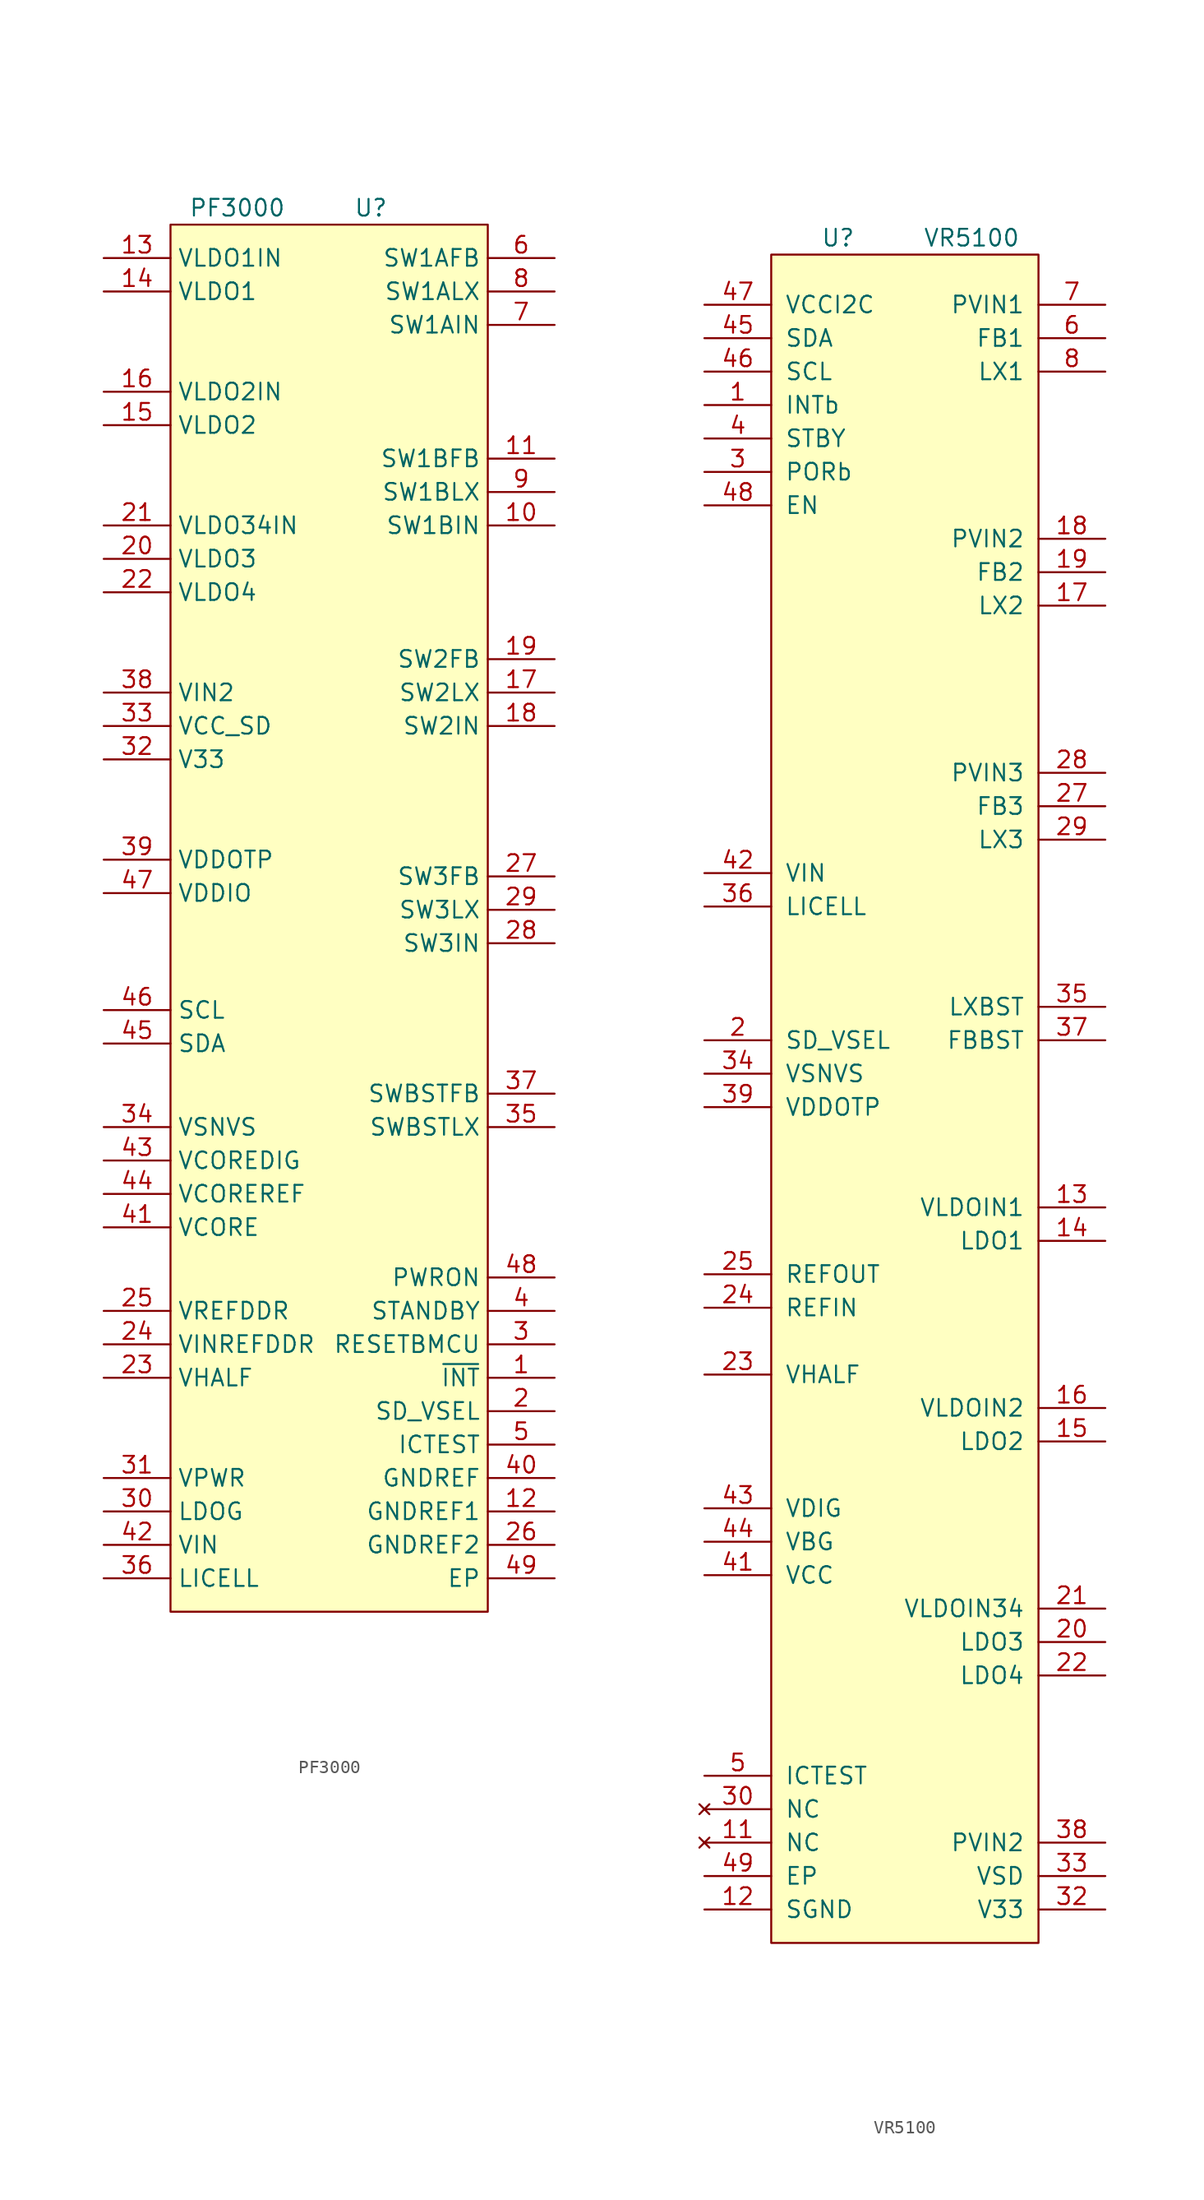
<source format=kicad_sym>
(kicad_symbol_lib
  (version 20220914)
  (generator kicad_symbol_editor)
  (symbol "PF3000"
    (property "Reference" "U"
      (at 0 0 0)
      (effects (font (size 1.27 1.27))))
    (property "Value" "PF3000"
      (at -10.16 0 0)
      (effects (font (size 1.27 1.27))))
    (symbol "PF3000_0_1"
      (rectangle (start -15.24 -1.27) (end 8.89 -106.68) (stroke (width 0.152) (type default)) (fill (type background))))
    (symbol "PF3000_1_1"
      (pin passive line (at 13.97 -88.9 180) (length 5.08) (name "~{INT}" (effects (font (size 1.27 1.27)))) (number "1" (effects (font (size 1.27 1.27)))))
      (pin passive line (at 13.97 -24.13 180) (length 5.08) (name "SW1BIN" (effects (font (size 1.27 1.27)))) (number "10" (effects (font (size 1.27 1.27)))))
      (pin passive line (at 13.97 -19.05 180) (length 5.08) (name "SW1BFB" (effects (font (size 1.27 1.27)))) (number "11" (effects (font (size 1.27 1.27)))))
      (pin passive line (at 13.97 -99.06 180) (length 5.08) (name "GNDREF1" (effects (font (size 1.27 1.27)))) (number "12" (effects (font (size 1.27 1.27)))))
      (pin passive line (at -20.32 -3.81 0) (length 5.08) (name "VLDO1IN" (effects (font (size 1.27 1.27)))) (number "13" (effects (font (size 1.27 1.27)))))
      (pin passive line (at -20.32 -6.35 0) (length 5.08) (name "VLDO1" (effects (font (size 1.27 1.27)))) (number "14" (effects (font (size 1.27 1.27)))))
      (pin passive line (at -20.32 -16.51 0) (length 5.08) (name "VLDO2" (effects (font (size 1.27 1.27)))) (number "15" (effects (font (size 1.27 1.27)))))
      (pin passive line (at -20.32 -13.97 0) (length 5.08) (name "VLDO2IN" (effects (font (size 1.27 1.27)))) (number "16" (effects (font (size 1.27 1.27)))))
      (pin passive line (at 13.97 -36.83 180) (length 5.08) (name "SW2LX" (effects (font (size 1.27 1.27)))) (number "17" (effects (font (size 1.27 1.27)))))
      (pin passive line (at 13.97 -39.37 180) (length 5.08) (name "SW2IN" (effects (font (size 1.27 1.27)))) (number "18" (effects (font (size 1.27 1.27)))))
      (pin passive line (at 13.97 -34.29 180) (length 5.08) (name "SW2FB" (effects (font (size 1.27 1.27)))) (number "19" (effects (font (size 1.27 1.27)))))
      (pin passive line (at 13.97 -91.44 180) (length 5.08) (name "SD_VSEL" (effects (font (size 1.27 1.27)))) (number "2" (effects (font (size 1.27 1.27)))))
      (pin passive line (at -20.32 -26.67 0) (length 5.08) (name "VLDO3" (effects (font (size 1.27 1.27)))) (number "20" (effects (font (size 1.27 1.27)))))
      (pin passive line (at -20.32 -24.13 0) (length 5.08) (name "VLDO34IN" (effects (font (size 1.27 1.27)))) (number "21" (effects (font (size 1.27 1.27)))))
      (pin passive line (at -20.32 -29.21 0) (length 5.08) (name "VLDO4" (effects (font (size 1.27 1.27)))) (number "22" (effects (font (size 1.27 1.27)))))
      (pin passive line (at -20.32 -88.9 0) (length 5.08) (name "VHALF" (effects (font (size 1.27 1.27)))) (number "23" (effects (font (size 1.27 1.27)))))
      (pin passive line (at -20.32 -86.36 0) (length 5.08) (name "VINREFDDR" (effects (font (size 1.27 1.27)))) (number "24" (effects (font (size 1.27 1.27)))))
      (pin passive line (at -20.32 -83.82 0) (length 5.08) (name "VREFDDR" (effects (font (size 1.27 1.27)))) (number "25" (effects (font (size 1.27 1.27)))))
      (pin passive line (at 13.97 -101.6 180) (length 5.08) (name "GNDREF2" (effects (font (size 1.27 1.27)))) (number "26" (effects (font (size 1.27 1.27)))))
      (pin passive line (at 13.97 -50.8 180) (length 5.08) (name "SW3FB" (effects (font (size 1.27 1.27)))) (number "27" (effects (font (size 1.27 1.27)))))
      (pin passive line (at 13.97 -55.88 180) (length 5.08) (name "SW3IN" (effects (font (size 1.27 1.27)))) (number "28" (effects (font (size 1.27 1.27)))))
      (pin passive line (at 13.97 -53.34 180) (length 5.08) (name "SW3LX" (effects (font (size 1.27 1.27)))) (number "29" (effects (font (size 1.27 1.27)))))
      (pin passive line (at 13.97 -86.36 180) (length 5.08) (name "RESETBMCU" (effects (font (size 1.27 1.27)))) (number "3" (effects (font (size 1.27 1.27)))))
      (pin passive line (at -20.32 -99.06 0) (length 5.08) (name "LDOG" (effects (font (size 1.27 1.27)))) (number "30" (effects (font (size 1.27 1.27)))))
      (pin passive line (at -20.32 -96.52 0) (length 5.08) (name "VPWR" (effects (font (size 1.27 1.27)))) (number "31" (effects (font (size 1.27 1.27)))))
      (pin passive line (at -20.32 -41.91 0) (length 5.08) (name "V33" (effects (font (size 1.27 1.27)))) (number "32" (effects (font (size 1.27 1.27)))))
      (pin passive line (at -20.32 -39.37 0) (length 5.08) (name "VCC_SD" (effects (font (size 1.27 1.27)))) (number "33" (effects (font (size 1.27 1.27)))))
      (pin passive line (at -20.32 -69.85 0) (length 5.08) (name "VSNVS" (effects (font (size 1.27 1.27)))) (number "34" (effects (font (size 1.27 1.27)))))
      (pin passive line (at 13.97 -69.85 180) (length 5.08) (name "SWBSTLX" (effects (font (size 1.27 1.27)))) (number "35" (effects (font (size 1.27 1.27)))))
      (pin passive line (at -20.32 -104.14 0) (length 5.08) (name "LICELL" (effects (font (size 1.27 1.27)))) (number "36" (effects (font (size 1.27 1.27)))))
      (pin passive line (at 13.97 -67.31 180) (length 5.08) (name "SWBSTFB" (effects (font (size 1.27 1.27)))) (number "37" (effects (font (size 1.27 1.27)))))
      (pin passive line (at -20.32 -36.83 0) (length 5.08) (name "VIN2" (effects (font (size 1.27 1.27)))) (number "38" (effects (font (size 1.27 1.27)))))
      (pin passive line (at -20.32 -49.53 0) (length 5.08) (name "VDDOTP" (effects (font (size 1.27 1.27)))) (number "39" (effects (font (size 1.27 1.27)))))
      (pin passive line (at 13.97 -83.82 180) (length 5.08) (name "STANDBY" (effects (font (size 1.27 1.27)))) (number "4" (effects (font (size 1.27 1.27)))))
      (pin passive line (at 13.97 -96.52 180) (length 5.08) (name "GNDREF" (effects (font (size 1.27 1.27)))) (number "40" (effects (font (size 1.27 1.27)))))
      (pin passive line (at -20.32 -77.47 0) (length 5.08) (name "VCORE" (effects (font (size 1.27 1.27)))) (number "41" (effects (font (size 1.27 1.27)))))
      (pin passive line (at -20.32 -101.6 0) (length 5.08) (name "VIN" (effects (font (size 1.27 1.27)))) (number "42" (effects (font (size 1.27 1.27)))))
      (pin passive line (at -20.32 -72.39 0) (length 5.08) (name "VCOREDIG" (effects (font (size 1.27 1.27)))) (number "43" (effects (font (size 1.27 1.27)))))
      (pin passive line (at -20.32 -74.93 0) (length 5.08) (name "VCOREREF" (effects (font (size 1.27 1.27)))) (number "44" (effects (font (size 1.27 1.27)))))
      (pin passive line (at -20.32 -63.5 0) (length 5.08) (name "SDA" (effects (font (size 1.27 1.27)))) (number "45" (effects (font (size 1.27 1.27)))))
      (pin passive line (at -20.32 -60.96 0) (length 5.08) (name "SCL" (effects (font (size 1.27 1.27)))) (number "46" (effects (font (size 1.27 1.27)))))
      (pin passive line (at -20.32 -52.07 0) (length 5.08) (name "VDDIO" (effects (font (size 1.27 1.27)))) (number "47" (effects (font (size 1.27 1.27)))))
      (pin passive line (at 13.97 -81.28 180) (length 5.08) (name "PWRON" (effects (font (size 1.27 1.27)))) (number "48" (effects (font (size 1.27 1.27)))))
      (pin passive line (at 13.97 -104.14 180) (length 5.08) (name "EP" (effects (font (size 1.27 1.27)))) (number "49" (effects (font (size 1.27 1.27)))))
      (pin passive line (at 13.97 -93.98 180) (length 5.08) (name "ICTEST" (effects (font (size 1.27 1.27)))) (number "5" (effects (font (size 1.27 1.27)))))
      (pin passive line (at 13.97 -3.81 180) (length 5.08) (name "SW1AFB" (effects (font (size 1.27 1.27)))) (number "6" (effects (font (size 1.27 1.27)))))
      (pin passive line (at 13.97 -8.89 180) (length 5.08) (name "SW1AIN" (effects (font (size 1.27 1.27)))) (number "7" (effects (font (size 1.27 1.27)))))
      (pin passive line (at 13.97 -6.35 180) (length 5.08) (name "SW1ALX" (effects (font (size 1.27 1.27)))) (number "8" (effects (font (size 1.27 1.27)))))
      (pin passive line (at 13.97 -21.59 180) (length 5.08) (name "SW1BLX" (effects (font (size 1.27 1.27)))) (number "9" (effects (font (size 1.27 1.27)))))))
  (symbol "VR5100"
    (pin_names
      (offset 1.016))
    (property "Reference" "U"
      (at -5.08 43.18 0)
      (effects (font (size 1.27 1.27))))
    (property "Value" "VR5100"
      (at 5.08 43.18 0)
      (effects (font (size 1.27 1.27))))
    (symbol "VR5100_1_1"
      (rectangle (start -10.16 41.91) (end 10.16 -86.36) (stroke (width 0) (type default)) (fill (type background)))
      (pin passive line (at -15.24 30.48 0) (length 5.08) (name "INTb" (effects (font (size 1.27 1.27)))) (number "1" (effects (font (size 1.27 1.27)))))
      (pin passive line (at 15.24 38.1 180) (length 5.08) hide (name "PVIN1" (effects (font (size 1.27 1.27)))) (number "10" (effects (font (size 1.27 1.27)))))
      (pin no_connect line (at -15.24 -78.74 0) (length 5.08) (name "NC" (effects (font (size 1.27 1.27)))) (number "11" (effects (font (size 1.27 1.27)))))
      (pin passive line (at -15.24 -83.82 0) (length 5.08) (name "SGND" (effects (font (size 1.27 1.27)))) (number "12" (effects (font (size 1.27 1.27)))))
      (pin passive line (at 15.24 -30.48 180) (length 5.08) (name "VLDOIN1" (effects (font (size 1.27 1.27)))) (number "13" (effects (font (size 1.27 1.27)))))
      (pin passive line (at 15.24 -33.02 180) (length 5.08) (name "LDO1" (effects (font (size 1.27 1.27)))) (number "14" (effects (font (size 1.27 1.27)))))
      (pin passive line (at 15.24 -48.26 180) (length 5.08) (name "LDO2" (effects (font (size 1.27 1.27)))) (number "15" (effects (font (size 1.27 1.27)))))
      (pin passive line (at 15.24 -45.72 180) (length 5.08) (name "VLDOIN2" (effects (font (size 1.27 1.27)))) (number "16" (effects (font (size 1.27 1.27)))))
      (pin passive line (at 15.24 15.24 180) (length 5.08) (name "LX2" (effects (font (size 1.27 1.27)))) (number "17" (effects (font (size 1.27 1.27)))))
      (pin passive line (at 15.24 20.32 180) (length 5.08) (name "PVIN2" (effects (font (size 1.27 1.27)))) (number "18" (effects (font (size 1.27 1.27)))))
      (pin passive line (at 15.24 17.78 180) (length 5.08) (name "FB2" (effects (font (size 1.27 1.27)))) (number "19" (effects (font (size 1.27 1.27)))))
      (pin passive line (at -15.24 -17.78 0) (length 5.08) (name "SD_VSEL" (effects (font (size 1.27 1.27)))) (number "2" (effects (font (size 1.27 1.27)))))
      (pin passive line (at 15.24 -63.5 180) (length 5.08) (name "LDO3" (effects (font (size 1.27 1.27)))) (number "20" (effects (font (size 1.27 1.27)))))
      (pin passive line (at 15.24 -60.96 180) (length 5.08) (name "VLDOIN34" (effects (font (size 1.27 1.27)))) (number "21" (effects (font (size 1.27 1.27)))))
      (pin passive line (at 15.24 -66.04 180) (length 5.08) (name "LDO4" (effects (font (size 1.27 1.27)))) (number "22" (effects (font (size 1.27 1.27)))))
      (pin passive line (at -15.24 -43.18 0) (length 5.08) (name "VHALF" (effects (font (size 1.27 1.27)))) (number "23" (effects (font (size 1.27 1.27)))))
      (pin passive line (at -15.24 -38.1 0) (length 5.08) (name "REFIN" (effects (font (size 1.27 1.27)))) (number "24" (effects (font (size 1.27 1.27)))))
      (pin passive line (at -15.24 -35.56 0) (length 5.08) (name "REFOUT" (effects (font (size 1.27 1.27)))) (number "25" (effects (font (size 1.27 1.27)))))
      (pin passive line (at -15.24 -83.82 0) (length 5.08) hide (name "SGND" (effects (font (size 1.27 1.27)))) (number "26" (effects (font (size 1.27 1.27)))))
      (pin passive line (at 15.24 0 180) (length 5.08) (name "FB3" (effects (font (size 1.27 1.27)))) (number "27" (effects (font (size 1.27 1.27)))))
      (pin passive line (at 15.24 2.54 180) (length 5.08) (name "PVIN3" (effects (font (size 1.27 1.27)))) (number "28" (effects (font (size 1.27 1.27)))))
      (pin passive line (at 15.24 -2.54 180) (length 5.08) (name "LX3" (effects (font (size 1.27 1.27)))) (number "29" (effects (font (size 1.27 1.27)))))
      (pin passive line (at -15.24 25.4 0) (length 5.08) (name "PORb" (effects (font (size 1.27 1.27)))) (number "3" (effects (font (size 1.27 1.27)))))
      (pin no_connect line (at -15.24 -76.2 0) (length 5.08) (name "NC" (effects (font (size 1.27 1.27)))) (number "30" (effects (font (size 1.27 1.27)))))
      (pin passive line (at -15.24 -83.82 0) (length 5.08) hide (name "SGND" (effects (font (size 1.27 1.27)))) (number "31" (effects (font (size 1.27 1.27)))))
      (pin passive line (at 15.24 -83.82 180) (length 5.08) (name "V33" (effects (font (size 1.27 1.27)))) (number "32" (effects (font (size 1.27 1.27)))))
      (pin passive line (at 15.24 -81.28 180) (length 5.08) (name "VSD" (effects (font (size 1.27 1.27)))) (number "33" (effects (font (size 1.27 1.27)))))
      (pin passive line (at -15.24 -20.32 0) (length 5.08) (name "VSNVS" (effects (font (size 1.27 1.27)))) (number "34" (effects (font (size 1.27 1.27)))))
      (pin passive line (at 15.24 -15.24 180) (length 5.08) (name "LXBST" (effects (font (size 1.27 1.27)))) (number "35" (effects (font (size 1.27 1.27)))))
      (pin passive line (at -15.24 -7.62 0) (length 5.08) (name "LICELL" (effects (font (size 1.27 1.27)))) (number "36" (effects (font (size 1.27 1.27)))))
      (pin passive line (at 15.24 -17.78 180) (length 5.08) (name "FBBST" (effects (font (size 1.27 1.27)))) (number "37" (effects (font (size 1.27 1.27)))))
      (pin passive line (at 15.24 -78.74 180) (length 5.08) (name "PVIN2" (effects (font (size 1.27 1.27)))) (number "38" (effects (font (size 1.27 1.27)))))
      (pin passive line (at -15.24 -22.86 0) (length 5.08) (name "VDDOTP" (effects (font (size 1.27 1.27)))) (number "39" (effects (font (size 1.27 1.27)))))
      (pin passive line (at -15.24 27.94 0) (length 5.08) (name "STBY" (effects (font (size 1.27 1.27)))) (number "4" (effects (font (size 1.27 1.27)))))
      (pin passive line (at -15.24 -83.82 0) (length 5.08) hide (name "SGND" (effects (font (size 1.27 1.27)))) (number "40" (effects (font (size 1.27 1.27)))))
      (pin passive line (at -15.24 -58.42 0) (length 5.08) (name "VCC" (effects (font (size 1.27 1.27)))) (number "41" (effects (font (size 1.27 1.27)))))
      (pin passive line (at -15.24 -5.08 0) (length 5.08) (name "VIN" (effects (font (size 1.27 1.27)))) (number "42" (effects (font (size 1.27 1.27)))))
      (pin passive line (at -15.24 -53.34 0) (length 5.08) (name "VDIG" (effects (font (size 1.27 1.27)))) (number "43" (effects (font (size 1.27 1.27)))))
      (pin passive line (at -15.24 -55.88 0) (length 5.08) (name "VBG" (effects (font (size 1.27 1.27)))) (number "44" (effects (font (size 1.27 1.27)))))
      (pin passive line (at -15.24 35.56 0) (length 5.08) (name "SDA" (effects (font (size 1.27 1.27)))) (number "45" (effects (font (size 1.27 1.27)))))
      (pin passive line (at -15.24 33.02 0) (length 5.08) (name "SCL" (effects (font (size 1.27 1.27)))) (number "46" (effects (font (size 1.27 1.27)))))
      (pin passive line (at -15.24 38.1 0) (length 5.08) (name "VCCI2C" (effects (font (size 1.27 1.27)))) (number "47" (effects (font (size 1.27 1.27)))))
      (pin passive line (at -15.24 22.86 0) (length 5.08) (name "EN" (effects (font (size 1.27 1.27)))) (number "48" (effects (font (size 1.27 1.27)))))
      (pin passive line (at -15.24 -81.28 0) (length 5.08) (name "EP" (effects (font (size 1.27 1.27)))) (number "49" (effects (font (size 1.27 1.27)))))
      (pin passive line (at -15.24 -73.66 0) (length 5.08) (name "ICTEST" (effects (font (size 1.27 1.27)))) (number "5" (effects (font (size 1.27 1.27)))))
      (pin passive line (at 15.24 35.56 180) (length 5.08) (name "FB1" (effects (font (size 1.27 1.27)))) (number "6" (effects (font (size 1.27 1.27)))))
      (pin passive line (at 15.24 38.1 180) (length 5.08) (name "PVIN1" (effects (font (size 1.27 1.27)))) (number "7" (effects (font (size 1.27 1.27)))))
      (pin passive line (at 15.24 33.02 180) (length 5.08) (name "LX1" (effects (font (size 1.27 1.27)))) (number "8" (effects (font (size 1.27 1.27)))))
      (pin passive line (at 15.24 33.02 180) (length 5.08) hide (name "LX1" (effects (font (size 1.27 1.27)))) (number "9" (effects (font (size 1.27 1.27))))))))
</source>
